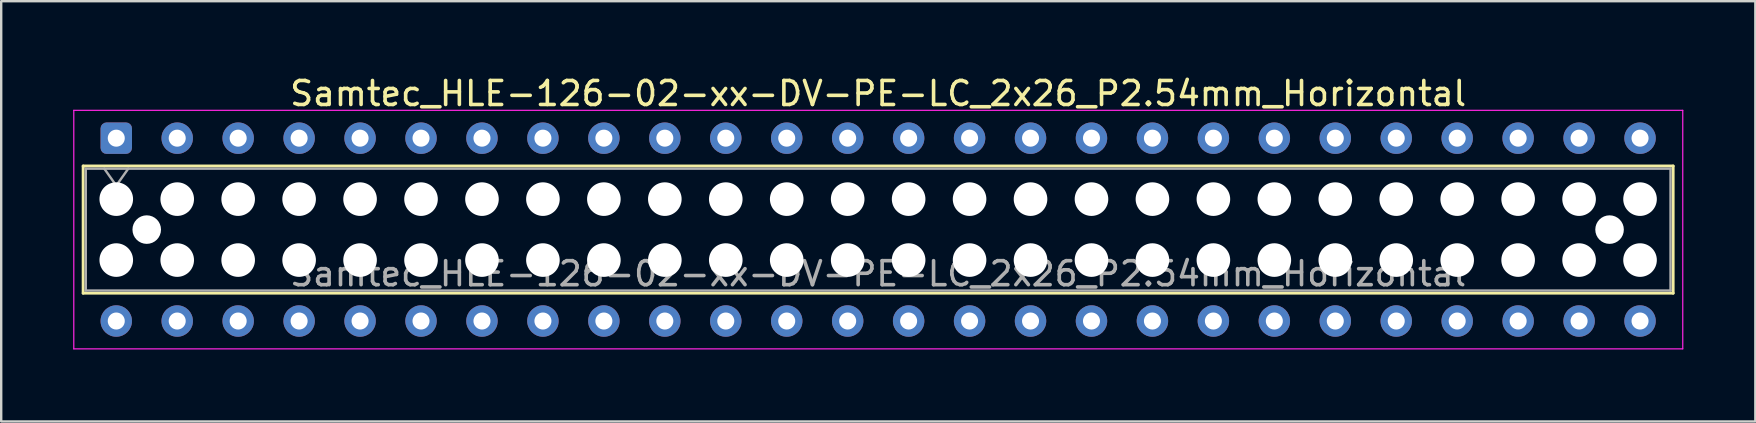
<source format=kicad_pcb>
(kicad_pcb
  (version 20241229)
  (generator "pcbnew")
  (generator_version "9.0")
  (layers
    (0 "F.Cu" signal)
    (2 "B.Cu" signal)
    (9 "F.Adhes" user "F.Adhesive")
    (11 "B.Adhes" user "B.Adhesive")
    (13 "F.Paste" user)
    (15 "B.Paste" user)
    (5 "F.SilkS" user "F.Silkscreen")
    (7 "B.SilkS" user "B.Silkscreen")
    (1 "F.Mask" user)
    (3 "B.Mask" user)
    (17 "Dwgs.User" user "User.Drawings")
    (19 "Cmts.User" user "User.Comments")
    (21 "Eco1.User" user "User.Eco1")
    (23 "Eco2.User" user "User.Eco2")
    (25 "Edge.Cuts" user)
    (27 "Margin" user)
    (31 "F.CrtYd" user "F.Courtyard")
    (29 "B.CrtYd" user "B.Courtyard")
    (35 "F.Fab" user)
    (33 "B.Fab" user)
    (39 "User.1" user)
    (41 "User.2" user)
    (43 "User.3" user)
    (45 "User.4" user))
  (footprint "Samtec_HLE-126-02-xx-DV-PE-LC_2x26_P2.54mm_Horizontal"
    (layer "F.Cu")
    (at 1.795 2.708)
    (property "Reference" "Samtec_HLE-126-02-xx-DV-PE-LC_2x26_P2.54mm_Horizontal" (at 31.75 -1.86 0) (layer "F.SilkS") (effects (font (size 1 1) (thickness 0.15))))
    (attr through_hole)
    (fp_line (start -1.38 1.16) (end 64.88 1.16) (stroke (width 0.12) (type solid)) (layer "F.SilkS"))
    (fp_line (start -1.38 6.46) (end -1.38 1.16) (stroke (width 0.12) (type solid)) (layer "F.SilkS"))
    (fp_line (start 64.88 1.16) (end 64.88 6.46) (stroke (width 0.12) (type solid)) (layer "F.SilkS"))
    (fp_line (start 64.88 6.46) (end -1.38 6.46) (stroke (width 0.12) (type solid)) (layer "F.SilkS"))
    (fp_line (start -1.77 -1.16) (end 65.28 -1.16) (stroke (width 0.05) (type solid)) (layer "F.CrtYd"))
    (fp_line (start -1.77 8.78) (end -1.77 -1.16) (stroke (width 0.05) (type solid)) (layer "F.CrtYd"))
    (fp_line (start 65.28 -1.16) (end 65.28 8.78) (stroke (width 0.05) (type solid)) (layer "F.CrtYd"))
    (fp_line (start 65.28 8.78) (end -1.77 8.78) (stroke (width 0.05) (type solid)) (layer "F.CrtYd"))
    (fp_line (start -1.27 1.27) (end 64.77 1.27) (stroke (width 0.1) (type solid)) (layer "F.Fab"))
    (fp_line (start -1.27 6.35) (end -1.27 1.27) (stroke (width 0.1) (type solid)) (layer "F.Fab"))
    (fp_line (start -0.5 1.27) (end 0 1.977) (stroke (width 0.1) (type solid)) (layer "F.Fab"))
    (fp_line (start 0 1.977) (end 0.5 1.27) (stroke (width 0.1) (type solid)) (layer "F.Fab"))
    (fp_line (start 64.77 1.27) (end 64.77 6.35) (stroke (width 0.1) (type solid)) (layer "F.Fab"))
    (fp_line (start 64.77 6.35) (end -1.27 6.35) (stroke (width 0.1) (type solid)) (layer "F.Fab"))
    (fp_text user "${REFERENCE}" (at 31.75 5.65 0) (layer "F.Fab") (effects (font (size 1 1) (thickness 0.15))))
    (pad "" np_thru_hole circle (at 0 2.54) (size 1.4 1.4) (drill 1.4) (layers "*.Cu" "*.Mask"))
    (pad "" np_thru_hole circle (at 0 5.08) (size 1.4 1.4) (drill 1.4) (layers "*.Cu" "*.Mask"))
    (pad "" np_thru_hole circle (at 1.27 3.81) (size 1.19 1.19) (drill 1.19) (layers "*.Cu" "*.Mask"))
    (pad "" np_thru_hole circle (at 2.54 2.54) (size 1.4 1.4) (drill 1.4) (layers "*.Cu" "*.Mask"))
    (pad "" np_thru_hole circle (at 2.54 5.08) (size 1.4 1.4) (drill 1.4) (layers "*.Cu" "*.Mask"))
    (pad "" np_thru_hole circle (at 5.08 2.54) (size 1.4 1.4) (drill 1.4) (layers "*.Cu" "*.Mask"))
    (pad "" np_thru_hole circle (at 5.08 5.08) (size 1.4 1.4) (drill 1.4) (layers "*.Cu" "*.Mask"))
    (pad "" np_thru_hole circle (at 7.62 2.54) (size 1.4 1.4) (drill 1.4) (layers "*.Cu" "*.Mask"))
    (pad "" np_thru_hole circle (at 7.62 5.08) (size 1.4 1.4) (drill 1.4) (layers "*.Cu" "*.Mask"))
    (pad "" np_thru_hole circle (at 10.16 2.54) (size 1.4 1.4) (drill 1.4) (layers "*.Cu" "*.Mask"))
    (pad "" np_thru_hole circle (at 10.16 5.08) (size 1.4 1.4) (drill 1.4) (layers "*.Cu" "*.Mask"))
    (pad "" np_thru_hole circle (at 12.7 2.54) (size 1.4 1.4) (drill 1.4) (layers "*.Cu" "*.Mask"))
    (pad "" np_thru_hole circle (at 12.7 5.08) (size 1.4 1.4) (drill 1.4) (layers "*.Cu" "*.Mask"))
    (pad "" np_thru_hole circle (at 15.24 2.54) (size 1.4 1.4) (drill 1.4) (layers "*.Cu" "*.Mask"))
    (pad "" np_thru_hole circle (at 15.24 5.08) (size 1.4 1.4) (drill 1.4) (layers "*.Cu" "*.Mask"))
    (pad "" np_thru_hole circle (at 17.78 2.54) (size 1.4 1.4) (drill 1.4) (layers "*.Cu" "*.Mask"))
    (pad "" np_thru_hole circle (at 17.78 5.08) (size 1.4 1.4) (drill 1.4) (layers "*.Cu" "*.Mask"))
    (pad "" np_thru_hole circle (at 20.32 2.54) (size 1.4 1.4) (drill 1.4) (layers "*.Cu" "*.Mask"))
    (pad "" np_thru_hole circle (at 20.32 5.08) (size 1.4 1.4) (drill 1.4) (layers "*.Cu" "*.Mask"))
    (pad "" np_thru_hole circle (at 22.86 2.54) (size 1.4 1.4) (drill 1.4) (layers "*.Cu" "*.Mask"))
    (pad "" np_thru_hole circle (at 22.86 5.08) (size 1.4 1.4) (drill 1.4) (layers "*.Cu" "*.Mask"))
    (pad "" np_thru_hole circle (at 25.4 2.54) (size 1.4 1.4) (drill 1.4) (layers "*.Cu" "*.Mask"))
    (pad "" np_thru_hole circle (at 25.4 5.08) (size 1.4 1.4) (drill 1.4) (layers "*.Cu" "*.Mask"))
    (pad "" np_thru_hole circle (at 27.94 2.54) (size 1.4 1.4) (drill 1.4) (layers "*.Cu" "*.Mask"))
    (pad "" np_thru_hole circle (at 27.94 5.08) (size 1.4 1.4) (drill 1.4) (layers "*.Cu" "*.Mask"))
    (pad "" np_thru_hole circle (at 30.48 2.54) (size 1.4 1.4) (drill 1.4) (layers "*.Cu" "*.Mask"))
    (pad "" np_thru_hole circle (at 30.48 5.08) (size 1.4 1.4) (drill 1.4) (layers "*.Cu" "*.Mask"))
    (pad "" np_thru_hole circle (at 33.02 2.54) (size 1.4 1.4) (drill 1.4) (layers "*.Cu" "*.Mask"))
    (pad "" np_thru_hole circle (at 33.02 5.08) (size 1.4 1.4) (drill 1.4) (layers "*.Cu" "*.Mask"))
    (pad "" np_thru_hole circle (at 35.56 2.54) (size 1.4 1.4) (drill 1.4) (layers "*.Cu" "*.Mask"))
    (pad "" np_thru_hole circle (at 35.56 5.08) (size 1.4 1.4) (drill 1.4) (layers "*.Cu" "*.Mask"))
    (pad "" np_thru_hole circle (at 38.1 2.54) (size 1.4 1.4) (drill 1.4) (layers "*.Cu" "*.Mask"))
    (pad "" np_thru_hole circle (at 38.1 5.08) (size 1.4 1.4) (drill 1.4) (layers "*.Cu" "*.Mask"))
    (pad "" np_thru_hole circle (at 40.64 2.54) (size 1.4 1.4) (drill 1.4) (layers "*.Cu" "*.Mask"))
    (pad "" np_thru_hole circle (at 40.64 5.08) (size 1.4 1.4) (drill 1.4) (layers "*.Cu" "*.Mask"))
    (pad "" np_thru_hole circle (at 43.18 2.54) (size 1.4 1.4) (drill 1.4) (layers "*.Cu" "*.Mask"))
    (pad "" np_thru_hole circle (at 43.18 5.08) (size 1.4 1.4) (drill 1.4) (layers "*.Cu" "*.Mask"))
    (pad "" np_thru_hole circle (at 45.72 2.54) (size 1.4 1.4) (drill 1.4) (layers "*.Cu" "*.Mask"))
    (pad "" np_thru_hole circle (at 45.72 5.08) (size 1.4 1.4) (drill 1.4) (layers "*.Cu" "*.Mask"))
    (pad "" np_thru_hole circle (at 48.26 2.54) (size 1.4 1.4) (drill 1.4) (layers "*.Cu" "*.Mask"))
    (pad "" np_thru_hole circle (at 48.26 5.08) (size 1.4 1.4) (drill 1.4) (layers "*.Cu" "*.Mask"))
    (pad "" np_thru_hole circle (at 50.8 2.54) (size 1.4 1.4) (drill 1.4) (layers "*.Cu" "*.Mask"))
    (pad "" np_thru_hole circle (at 50.8 5.08) (size 1.4 1.4) (drill 1.4) (layers "*.Cu" "*.Mask"))
    (pad "" np_thru_hole circle (at 53.34 2.54) (size 1.4 1.4) (drill 1.4) (layers "*.Cu" "*.Mask"))
    (pad "" np_thru_hole circle (at 53.34 5.08) (size 1.4 1.4) (drill 1.4) (layers "*.Cu" "*.Mask"))
    (pad "" np_thru_hole circle (at 55.88 2.54) (size 1.4 1.4) (drill 1.4) (layers "*.Cu" "*.Mask"))
    (pad "" np_thru_hole circle (at 55.88 5.08) (size 1.4 1.4) (drill 1.4) (layers "*.Cu" "*.Mask"))
    (pad "" np_thru_hole circle (at 58.42 2.54) (size 1.4 1.4) (drill 1.4) (layers "*.Cu" "*.Mask"))
    (pad "" np_thru_hole circle (at 58.42 5.08) (size 1.4 1.4) (drill 1.4) (layers "*.Cu" "*.Mask"))
    (pad "" np_thru_hole circle (at 60.96 2.54) (size 1.4 1.4) (drill 1.4) (layers "*.Cu" "*.Mask"))
    (pad "" np_thru_hole circle (at 60.96 5.08) (size 1.4 1.4) (drill 1.4) (layers "*.Cu" "*.Mask"))
    (pad "" np_thru_hole circle (at 62.23 3.81) (size 1.19 1.19) (drill 1.19) (layers "*.Cu" "*.Mask"))
    (pad "" np_thru_hole circle (at 63.5 2.54) (size 1.4 1.4) (drill 1.4) (layers "*.Cu" "*.Mask"))
    (pad "" np_thru_hole circle (at 63.5 5.08) (size 1.4 1.4) (drill 1.4) (layers "*.Cu" "*.Mask"))
    (pad "1" thru_hole roundrect (at 0 0) (size 1.31 1.31) (drill 0.71) (layers "*.Cu" "*.Mask") (roundrect_rratio 0.191))
    (pad "2" thru_hole circle (at 0 7.62) (size 1.31 1.31) (drill 0.71) (layers "*.Cu" "*.Mask"))
    (pad "3" thru_hole circle (at 2.54 0) (size 1.31 1.31) (drill 0.71) (layers "*.Cu" "*.Mask"))
    (pad "4" thru_hole circle (at 2.54 7.62) (size 1.31 1.31) (drill 0.71) (layers "*.Cu" "*.Mask"))
    (pad "5" thru_hole circle (at 5.08 0) (size 1.31 1.31) (drill 0.71) (layers "*.Cu" "*.Mask"))
    (pad "6" thru_hole circle (at 5.08 7.62) (size 1.31 1.31) (drill 0.71) (layers "*.Cu" "*.Mask"))
    (pad "7" thru_hole circle (at 7.62 0) (size 1.31 1.31) (drill 0.71) (layers "*.Cu" "*.Mask"))
    (pad "8" thru_hole circle (at 7.62 7.62) (size 1.31 1.31) (drill 0.71) (layers "*.Cu" "*.Mask"))
    (pad "9" thru_hole circle (at 10.16 0) (size 1.31 1.31) (drill 0.71) (layers "*.Cu" "*.Mask"))
    (pad "10" thru_hole circle (at 10.16 7.62) (size 1.31 1.31) (drill 0.71) (layers "*.Cu" "*.Mask"))
    (pad "11" thru_hole circle (at 12.7 0) (size 1.31 1.31) (drill 0.71) (layers "*.Cu" "*.Mask"))
    (pad "12" thru_hole circle (at 12.7 7.62) (size 1.31 1.31) (drill 0.71) (layers "*.Cu" "*.Mask"))
    (pad "13" thru_hole circle (at 15.24 0) (size 1.31 1.31) (drill 0.71) (layers "*.Cu" "*.Mask"))
    (pad "14" thru_hole circle (at 15.24 7.62) (size 1.31 1.31) (drill 0.71) (layers "*.Cu" "*.Mask"))
    (pad "15" thru_hole circle (at 17.78 0) (size 1.31 1.31) (drill 0.71) (layers "*.Cu" "*.Mask"))
    (pad "16" thru_hole circle (at 17.78 7.62) (size 1.31 1.31) (drill 0.71) (layers "*.Cu" "*.Mask"))
    (pad "17" thru_hole circle (at 20.32 0) (size 1.31 1.31) (drill 0.71) (layers "*.Cu" "*.Mask"))
    (pad "18" thru_hole circle (at 20.32 7.62) (size 1.31 1.31) (drill 0.71) (layers "*.Cu" "*.Mask"))
    (pad "19" thru_hole circle (at 22.86 0) (size 1.31 1.31) (drill 0.71) (layers "*.Cu" "*.Mask"))
    (pad "20" thru_hole circle (at 22.86 7.62) (size 1.31 1.31) (drill 0.71) (layers "*.Cu" "*.Mask"))
    (pad "21" thru_hole circle (at 25.4 0) (size 1.31 1.31) (drill 0.71) (layers "*.Cu" "*.Mask"))
    (pad "22" thru_hole circle (at 25.4 7.62) (size 1.31 1.31) (drill 0.71) (layers "*.Cu" "*.Mask"))
    (pad "23" thru_hole circle (at 27.94 0) (size 1.31 1.31) (drill 0.71) (layers "*.Cu" "*.Mask"))
    (pad "24" thru_hole circle (at 27.94 7.62) (size 1.31 1.31) (drill 0.71) (layers "*.Cu" "*.Mask"))
    (pad "25" thru_hole circle (at 30.48 0) (size 1.31 1.31) (drill 0.71) (layers "*.Cu" "*.Mask"))
    (pad "26" thru_hole circle (at 30.48 7.62) (size 1.31 1.31) (drill 0.71) (layers "*.Cu" "*.Mask"))
    (pad "27" thru_hole circle (at 33.02 0) (size 1.31 1.31) (drill 0.71) (layers "*.Cu" "*.Mask"))
    (pad "28" thru_hole circle (at 33.02 7.62) (size 1.31 1.31) (drill 0.71) (layers "*.Cu" "*.Mask"))
    (pad "29" thru_hole circle (at 35.56 0) (size 1.31 1.31) (drill 0.71) (layers "*.Cu" "*.Mask"))
    (pad "30" thru_hole circle (at 35.56 7.62) (size 1.31 1.31) (drill 0.71) (layers "*.Cu" "*.Mask"))
    (pad "31" thru_hole circle (at 38.1 0) (size 1.31 1.31) (drill 0.71) (layers "*.Cu" "*.Mask"))
    (pad "32" thru_hole circle (at 38.1 7.62) (size 1.31 1.31) (drill 0.71) (layers "*.Cu" "*.Mask"))
    (pad "33" thru_hole circle (at 40.64 0) (size 1.31 1.31) (drill 0.71) (layers "*.Cu" "*.Mask"))
    (pad "34" thru_hole circle (at 40.64 7.62) (size 1.31 1.31) (drill 0.71) (layers "*.Cu" "*.Mask"))
    (pad "35" thru_hole circle (at 43.18 0) (size 1.31 1.31) (drill 0.71) (layers "*.Cu" "*.Mask"))
    (pad "36" thru_hole circle (at 43.18 7.62) (size 1.31 1.31) (drill 0.71) (layers "*.Cu" "*.Mask"))
    (pad "37" thru_hole circle (at 45.72 0) (size 1.31 1.31) (drill 0.71) (layers "*.Cu" "*.Mask"))
    (pad "38" thru_hole circle (at 45.72 7.62) (size 1.31 1.31) (drill 0.71) (layers "*.Cu" "*.Mask"))
    (pad "39" thru_hole circle (at 48.26 0) (size 1.31 1.31) (drill 0.71) (layers "*.Cu" "*.Mask"))
    (pad "40" thru_hole circle (at 48.26 7.62) (size 1.31 1.31) (drill 0.71) (layers "*.Cu" "*.Mask"))
    (pad "41" thru_hole circle (at 50.8 0) (size 1.31 1.31) (drill 0.71) (layers "*.Cu" "*.Mask"))
    (pad "42" thru_hole circle (at 50.8 7.62) (size 1.31 1.31) (drill 0.71) (layers "*.Cu" "*.Mask"))
    (pad "43" thru_hole circle (at 53.34 0) (size 1.31 1.31) (drill 0.71) (layers "*.Cu" "*.Mask"))
    (pad "44" thru_hole circle (at 53.34 7.62) (size 1.31 1.31) (drill 0.71) (layers "*.Cu" "*.Mask"))
    (pad "45" thru_hole circle (at 55.88 0) (size 1.31 1.31) (drill 0.71) (layers "*.Cu" "*.Mask"))
    (pad "46" thru_hole circle (at 55.88 7.62) (size 1.31 1.31) (drill 0.71) (layers "*.Cu" "*.Mask"))
    (pad "47" thru_hole circle (at 58.42 0) (size 1.31 1.31) (drill 0.71) (layers "*.Cu" "*.Mask"))
    (pad "48" thru_hole circle (at 58.42 7.62) (size 1.31 1.31) (drill 0.71) (layers "*.Cu" "*.Mask"))
    (pad "49" thru_hole circle (at 60.96 0) (size 1.31 1.31) (drill 0.71) (layers "*.Cu" "*.Mask"))
    (pad "50" thru_hole circle (at 60.96 7.62) (size 1.31 1.31) (drill 0.71) (layers "*.Cu" "*.Mask"))
    (pad "51" thru_hole circle (at 63.5 0) (size 1.31 1.31) (drill 0.71) (layers "*.Cu" "*.Mask"))
    (pad "52" thru_hole circle (at 63.5 7.62) (size 1.31 1.31) (drill 0.71) (layers "*.Cu" "*.Mask")))
  (gr_rect
    (start -3 -3)
    (end 70.1 14.513)
    (stroke (width 0.1) (type default))
    (fill no)
    (layer "Edge.Cuts")))
</source>
